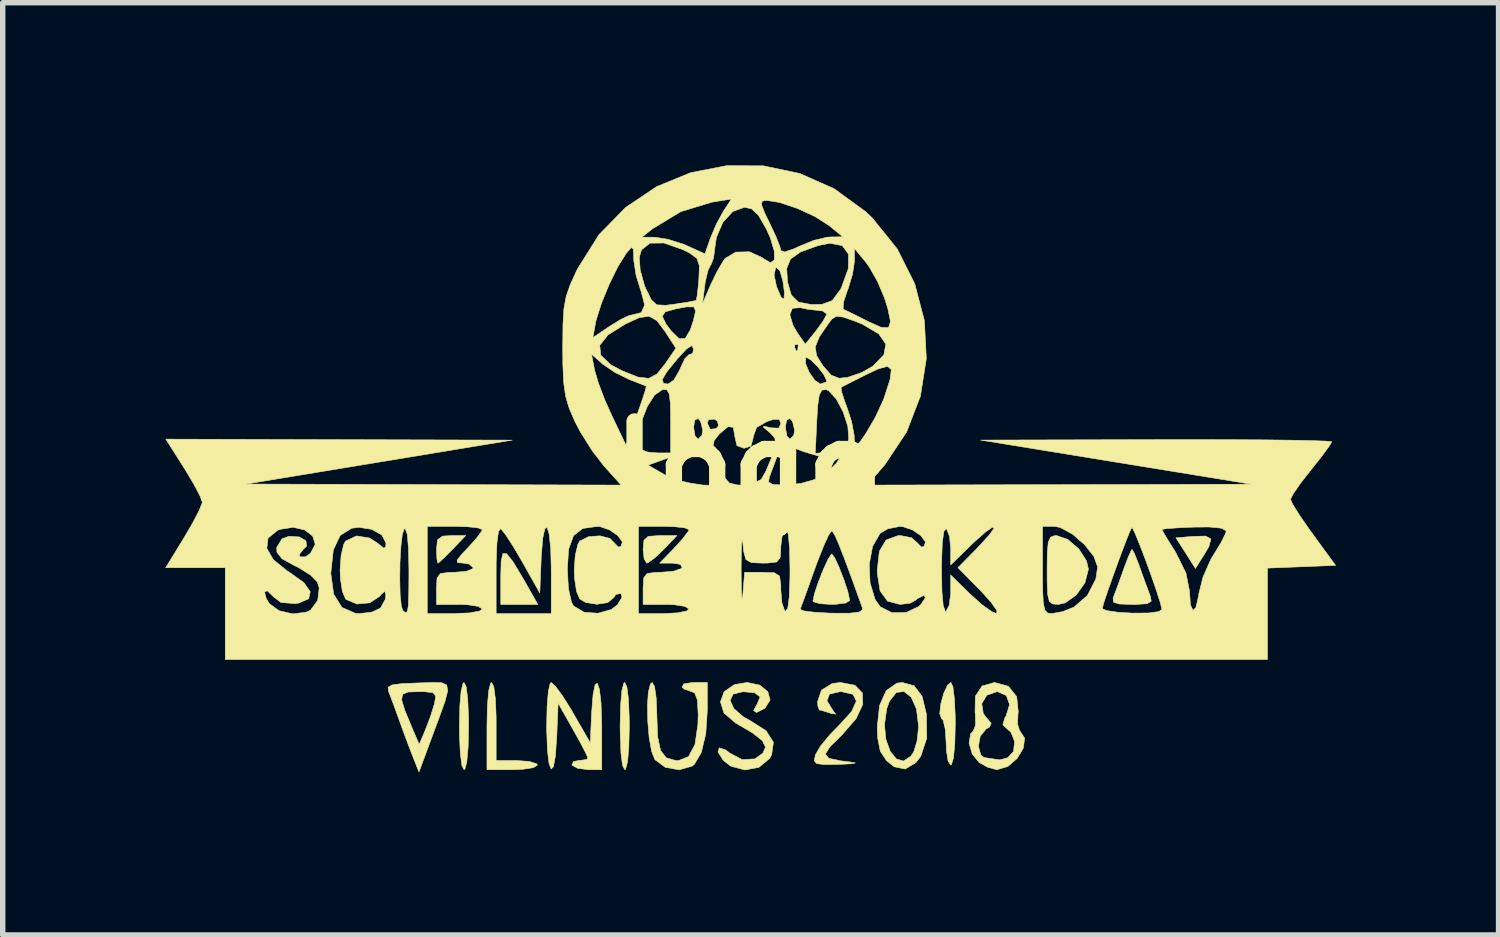
<source format=kicad_pcb>
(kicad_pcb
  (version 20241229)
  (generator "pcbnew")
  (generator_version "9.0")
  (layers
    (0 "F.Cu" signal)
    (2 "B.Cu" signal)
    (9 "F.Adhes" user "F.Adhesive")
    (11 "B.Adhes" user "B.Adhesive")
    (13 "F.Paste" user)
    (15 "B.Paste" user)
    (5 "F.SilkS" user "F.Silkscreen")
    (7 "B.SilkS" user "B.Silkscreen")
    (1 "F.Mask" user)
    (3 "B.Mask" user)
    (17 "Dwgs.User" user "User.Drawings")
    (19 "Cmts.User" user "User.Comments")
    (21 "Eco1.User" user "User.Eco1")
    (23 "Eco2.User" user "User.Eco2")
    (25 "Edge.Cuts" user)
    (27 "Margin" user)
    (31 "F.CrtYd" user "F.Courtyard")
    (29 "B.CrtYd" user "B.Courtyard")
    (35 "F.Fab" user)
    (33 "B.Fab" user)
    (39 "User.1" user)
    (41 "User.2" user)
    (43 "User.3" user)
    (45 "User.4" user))
  (footprint "logo"
    (layer "F.Cu")
    (at 10.756 5.556)
    (property "Reference" "logo" (at 0 0 0) (layer "F.SilkS") (effects (font (size 1.524 1.524) (thickness 0.3))))
    (attr through_hole)
    (fp_poly (pts (xy 8.524 1.332) (xy 8.488 1.47) (xy 8.405 1.612) (xy 8.238 1.876) (xy 8.059 1.594) (xy 7.879 1.312) (xy 8.182 1.286) (xy 8.427 1.279) (xy 8.524 1.332)) (stroke (width 0.01) (type solid)) (fill yes) (layer "F.SilkS"))
    (fp_poly (pts (xy -4.464 1.604) (xy -4.348 1.75) (xy -4.171 2.043) (xy -4.116 2.138) (xy -3.888 2.54) (xy -4.572 2.54) (xy -4.572 2.014) (xy -4.564 1.739) (xy -4.532 1.601) (xy -4.464 1.604)) (stroke (width 0.01) (type solid)) (fill yes) (layer "F.SilkS"))
    (fp_poly (pts (xy -5.461 1.524) (xy -5.618 1.681) (xy -5.717 1.771) (xy -5.731 1.778) (xy -5.749 1.704) (xy -5.757 1.527) (xy -5.757 1.524) (xy -5.738 1.348) (xy -5.645 1.28) (xy -5.487 1.27) (xy -5.218 1.27) (xy -5.461 1.524)) (stroke (width 0.01) (type solid)) (fill yes) (layer "F.SilkS"))
    (fp_poly (pts (xy -1.566 1.524) (xy -1.733 1.683) (xy -1.856 1.771) (xy -1.879 1.778) (xy -1.927 1.704) (xy -1.947 1.527) (xy -1.947 1.524) (xy -1.932 1.356) (xy -1.853 1.285) (xy -1.66 1.27) (xy -1.635 1.27) (xy -1.323 1.27) (xy -1.566 1.524)) (stroke (width 0.01) (type solid)) (fill yes) (layer "F.SilkS"))
    (fp_poly (pts (xy -5.209 4.06) (xy -5.181 4.283) (xy -5.166 4.623) (xy -5.165 4.784) (xy -5.173 5.163) (xy -5.197 5.436) (xy -5.232 5.575) (xy -5.249 5.588) (xy -5.289 5.508) (xy -5.318 5.284) (xy -5.333 4.944) (xy -5.334 4.784) (xy -5.326 4.404) (xy -5.302 4.132) (xy -5.266 3.992) (xy -5.249 3.979) (xy -5.209 4.06)) (stroke (width 0.01) (type solid)) (fill yes) (layer "F.SilkS"))
    (fp_poly (pts (xy -2.246 4.06) (xy -2.217 4.283) (xy -2.203 4.623) (xy -2.201 4.784) (xy -2.21 5.163) (xy -2.233 5.436) (xy -2.269 5.575) (xy -2.286 5.588) (xy -2.326 5.508) (xy -2.355 5.284) (xy -2.369 4.944) (xy -2.371 4.784) (xy -2.362 4.404) (xy -2.339 4.132) (xy -2.303 3.992) (xy -2.286 3.979) (xy -2.246 4.06)) (stroke (width 0.01) (type solid)) (fill yes) (layer "F.SilkS"))
    (fp_poly (pts (xy -4.7 4.059) (xy -4.671 4.278) (xy -4.657 4.606) (xy -4.657 4.699) (xy -4.657 5.419) (xy -4.276 5.419) (xy -4.048 5.435) (xy -3.912 5.478) (xy -3.895 5.503) (xy -3.971 5.55) (xy -4.169 5.58) (xy -4.36 5.588) (xy -4.826 5.588) (xy -4.826 4.784) (xy -4.818 4.404) (xy -4.794 4.132) (xy -4.758 3.992) (xy -4.741 3.979) (xy -4.7 4.059)) (stroke (width 0.01) (type solid)) (fill yes) (layer "F.SilkS"))
    (fp_poly (pts (xy 1.587 1.68) (xy 1.668 1.857) (xy 1.756 2.084) (xy 1.828 2.302) (xy 1.862 2.457) (xy 1.863 2.47) (xy 1.788 2.514) (xy 1.6 2.538) (xy 1.524 2.54) (xy 1.312 2.526) (xy 1.194 2.491) (xy 1.185 2.477) (xy 1.213 2.341) (xy 1.284 2.131) (xy 1.374 1.902) (xy 1.462 1.711) (xy 1.525 1.612) (xy 1.533 1.609) (xy 1.587 1.68)) (stroke (width 0.01) (type solid)) (fill yes) (layer "F.SilkS"))
    (fp_poly (pts (xy 5.884 1.341) (xy 6.087 1.516) (xy 6.23 1.737) (xy 6.265 1.89) (xy 6.202 2.138) (xy 6.043 2.364) (xy 5.836 2.512) (xy 5.709 2.54) (xy 5.604 2.531) (xy 5.543 2.482) (xy 5.513 2.355) (xy 5.504 2.116) (xy 5.503 1.905) (xy 5.507 1.581) (xy 5.525 1.39) (xy 5.567 1.299) (xy 5.642 1.271) (xy 5.677 1.27) (xy 5.884 1.341)) (stroke (width 0.01) (type solid)) (fill yes) (layer "F.SilkS"))
    (fp_poly (pts (xy 3.766 4.058) (xy 3.793 4.27) (xy 3.808 4.58) (xy 3.81 4.741) (xy 3.801 5.106) (xy 3.777 5.367) (xy 3.739 5.495) (xy 3.725 5.503) (xy 3.677 5.427) (xy 3.646 5.233) (xy 3.641 5.087) (xy 3.625 4.841) (xy 3.586 4.677) (xy 3.557 4.643) (xy 3.523 4.554) (xy 3.542 4.378) (xy 3.596 4.18) (xy 3.669 4.026) (xy 3.729 3.979) (xy 3.766 4.058)) (stroke (width 0.01) (type solid)) (fill yes) (layer "F.SilkS"))
    (fp_poly (pts (xy 7.111 1.596) (xy 7.184 1.778) (xy 7.222 1.884) (xy 7.314 2.14) (xy 7.391 2.346) (xy 7.408 2.392) (xy 7.423 2.482) (xy 7.349 2.526) (xy 7.151 2.54) (xy 7.07 2.54) (xy 6.831 2.532) (xy 6.726 2.498) (xy 6.72 2.422) (xy 6.731 2.392) (xy 6.796 2.221) (xy 6.886 1.973) (xy 6.917 1.884) (xy 6.998 1.669) (xy 7.056 1.54) (xy 7.07 1.524) (xy 7.111 1.596)) (stroke (width 0.01) (type solid)) (fill yes) (layer "F.SilkS"))
    (fp_poly (pts (xy 3.051 4.04) (xy 3.197 4.234) (xy 3.278 4.564) (xy 3.284 5.006) (xy 3.173 5.341) (xy 3.084 5.455) (xy 2.886 5.576) (xy 2.682 5.533) (xy 2.54 5.419) (xy 2.427 5.247) (xy 2.377 4.995) (xy 2.371 4.803) (xy 2.376 4.757) (xy 2.504 4.757) (xy 2.53 5.028) (xy 2.609 5.248) (xy 2.724 5.39) (xy 2.857 5.428) (xy 2.993 5.335) (xy 3.045 5.255) (xy 3.105 5.059) (xy 3.132 4.804) (xy 3.133 4.784) (xy 3.094 4.468) (xy 2.996 4.25) (xy 2.863 4.145) (xy 2.721 4.165) (xy 2.595 4.326) (xy 2.546 4.461) (xy 2.504 4.757) (xy 2.376 4.757) (xy 2.413 4.404) (xy 2.537 4.129) (xy 2.732 3.992) (xy 2.831 3.979) (xy 3.051 4.04)) (stroke (width 0.01) (type solid)) (fill yes) (layer "F.SilkS"))
    (fp_poly (pts (xy -5.66 3.983) (xy -5.568 4.026) (xy -5.55 4.135) (xy -5.602 4.333) (xy -5.715 4.647) (xy -5.845 4.995) (xy -6.08 5.63) (xy -6.181 5.376) (xy -6.271 5.144) (xy -6.383 4.843) (xy -6.435 4.699) (xy -6.532 4.431) (xy -6.581 4.3) (xy -6.4 4.3) (xy -6.339 4.498) (xy -6.205 4.821) (xy -6.203 4.826) (xy -6.076 5.122) (xy -5.964 4.859) (xy -5.865 4.599) (xy -5.795 4.372) (xy -5.771 4.231) (xy -5.821 4.167) (xy -5.983 4.149) (xy -6.093 4.149) (xy -6.281 4.155) (xy -6.382 4.196) (xy -6.4 4.3) (xy -6.581 4.3) (xy -6.613 4.214) (xy -6.642 4.14) (xy -6.649 4.068) (xy -6.577 4.024) (xy -6.395 4) (xy -6.094 3.988) (xy -5.833 3.979) (xy -5.66 3.983)) (stroke (width 0.01) (type solid)) (fill yes) (layer "F.SilkS"))
    (fp_poly (pts (xy -3.564 4.048) (xy -3.431 4.229) (xy -3.27 4.485) (xy -3.241 4.536) (xy -2.921 5.093) (xy -2.896 4.536) (xy -2.869 4.198) (xy -2.832 4.02) (xy -2.791 3.992) (xy -2.752 4.106) (xy -2.723 4.354) (xy -2.71 4.725) (xy -2.709 4.784) (xy -2.709 5.588) (xy -2.958 5.588) (xy -3.154 5.562) (xy -3.26 5.503) (xy -3.234 5.437) (xy -3.138 5.419) (xy -2.997 5.401) (xy -2.963 5.375) (xy -3.002 5.285) (xy -3.103 5.09) (xy -3.239 4.846) (xy -3.514 4.36) (xy -3.539 4.974) (xy -3.564 5.334) (xy -3.601 5.532) (xy -3.643 5.575) (xy -3.682 5.471) (xy -3.711 5.227) (xy -3.725 4.848) (xy -3.725 4.784) (xy -3.717 4.417) (xy -3.695 4.145) (xy -3.661 3.997) (xy -3.643 3.979) (xy -3.564 4.048)) (stroke (width 0.01) (type solid)) (fill yes) (layer "F.SilkS"))
    (fp_poly (pts (xy -0.762 4.482) (xy -0.791 4.924) (xy -0.873 5.269) (xy -1 5.487) (xy -1.042 5.521) (xy -1.282 5.59) (xy -1.539 5.544) (xy -1.731 5.4) (xy -1.792 5.241) (xy -1.836 4.99) (xy -1.861 4.695) (xy -1.867 4.402) (xy -1.85 4.156) (xy -1.811 4.005) (xy -1.778 3.979) (xy -1.735 4.058) (xy -1.705 4.27) (xy -1.693 4.58) (xy -1.693 4.597) (xy -1.678 4.986) (xy -1.625 5.234) (xy -1.519 5.369) (xy -1.348 5.417) (xy -1.293 5.419) (xy -1.109 5.346) (xy -0.991 5.124) (xy -0.936 4.75) (xy -0.931 4.566) (xy -0.946 4.299) (xy -0.997 4.17) (xy -1.053 4.149) (xy -1.197 4.097) (xy -1.228 4.064) (xy -1.195 4.004) (xy -1.03 3.979) (xy -1.021 3.979) (xy -0.762 3.979) (xy -0.762 4.482)) (stroke (width 0.01) (type solid)) (fill yes) (layer "F.SilkS"))
    (fp_poly (pts (xy 0.205 4.028) (xy 0.354 4.15) (xy 0.395 4.304) (xy 0.3 4.453) (xy 0.292 4.459) (xy 0.144 4.533) (xy 0.091 4.497) (xy 0.157 4.376) (xy 0.211 4.244) (xy 0.107 4.168) (xy -0.105 4.149) (xy -0.287 4.194) (xy -0.342 4.308) (xy -0.275 4.459) (xy -0.096 4.615) (xy 0.018 4.677) (xy 0.321 4.869) (xy 0.456 5.081) (xy 0.423 5.314) (xy 0.385 5.382) (xy 0.189 5.544) (xy -0.071 5.592) (xy -0.33 5.523) (xy -0.466 5.418) (xy -0.566 5.261) (xy -0.543 5.185) (xy -0.425 5.222) (xy -0.354 5.278) (xy -0.121 5.402) (xy 0.114 5.388) (xy 0.262 5.282) (xy 0.31 5.171) (xy 0.252 5.053) (xy 0.071 4.909) (xy -0.245 4.724) (xy -0.456 4.542) (xy -0.521 4.336) (xy -0.452 4.148) (xy -0.261 4.017) (xy -0.028 3.979) (xy 0.205 4.028)) (stroke (width 0.01) (type solid)) (fill yes) (layer "F.SilkS"))
    (fp_poly (pts (xy 1.96 4.031) (xy 2.097 4.172) (xy 2.104 4.384) (xy 1.981 4.646) (xy 1.727 4.939) (xy 1.716 4.95) (xy 1.496 5.167) (xy 1.414 5.3) (xy 1.478 5.378) (xy 1.695 5.424) (xy 1.863 5.444) (xy 1.967 5.463) (xy 1.905 5.478) (xy 1.679 5.489) (xy 1.666 5.49) (xy 1.392 5.493) (xy 1.252 5.475) (xy 1.21 5.421) (xy 1.23 5.317) (xy 1.231 5.313) (xy 1.323 5.153) (xy 1.501 4.938) (xy 1.662 4.774) (xy 1.897 4.517) (xy 1.985 4.322) (xy 1.924 4.198) (xy 1.716 4.149) (xy 1.684 4.149) (xy 1.49 4.193) (xy 1.444 4.315) (xy 1.545 4.483) (xy 1.602 4.562) (xy 1.521 4.551) (xy 1.496 4.542) (xy 1.351 4.496) (xy 1.305 4.487) (xy 1.276 4.417) (xy 1.27 4.335) (xy 1.342 4.12) (xy 1.541 3.998) (xy 1.693 3.979) (xy 1.96 4.031)) (stroke (width 0.01) (type solid)) (fill yes) (layer "F.SilkS"))
    (fp_poly (pts (xy 4.789 4.049) (xy 4.942 4.24) (xy 4.971 4.52) (xy 4.967 4.543) (xy 4.958 4.746) (xy 4.995 4.867) (xy 5.001 4.872) (xy 5.089 5.007) (xy 5.064 5.191) (xy 4.952 5.379) (xy 4.781 5.527) (xy 4.577 5.588) (xy 4.572 5.588) (xy 4.406 5.542) (xy 4.252 5.456) (xy 4.122 5.298) (xy 4.081 5.155) (xy 4.236 5.155) (xy 4.28 5.314) (xy 4.339 5.363) (xy 4.629 5.406) (xy 4.777 5.367) (xy 4.884 5.25) (xy 4.904 5.067) (xy 4.837 4.897) (xy 4.775 4.843) (xy 4.686 4.76) (xy 4.722 4.636) (xy 4.746 4.596) (xy 4.811 4.387) (xy 4.753 4.221) (xy 4.591 4.149) (xy 4.578 4.149) (xy 4.391 4.214) (xy 4.298 4.37) (xy 4.327 4.553) (xy 4.376 4.618) (xy 4.471 4.731) (xy 4.441 4.8) (xy 4.376 4.839) (xy 4.27 4.971) (xy 4.236 5.155) (xy 4.081 5.155) (xy 4.064 5.097) (xy 4.093 4.925) (xy 4.143 4.872) (xy 4.184 4.764) (xy 4.179 4.563) (xy 4.174 4.529) (xy 4.18 4.232) (xy 4.304 4.044) (xy 4.534 3.979) (xy 4.789 4.049)) (stroke (width 0.01) (type solid)) (fill yes) (layer "F.SilkS"))
    (fp_poly (pts (xy 0.271 -5.548) (xy 0.939 -5.408) (xy 1.575 -5.127) (xy 2.158 -4.702) (xy 2.278 -4.588) (xy 2.741 -4.014) (xy 3.062 -3.374) (xy 3.24 -2.692) (xy 3.276 -1.993) (xy 3.167 -1.301) (xy 2.913 -0.641) (xy 2.512 -0.037) (xy 2.459 0.025) (xy 2.184 0.339) (xy 9.271 0.323) (xy 6.773 -0.084) (xy 4.276 -0.491) (xy 7.514 -0.499) (xy 8.236 -0.5) (xy 8.902 -0.498) (xy 9.493 -0.495) (xy 9.992 -0.489) (xy 10.38 -0.481) (xy 10.639 -0.472) (xy 10.75 -0.462) (xy 10.753 -0.46) (xy 10.703 -0.375) (xy 10.572 -0.198) (xy 10.388 0.036) (xy 10.372 0.056) (xy 10.183 0.297) (xy 10.047 0.492) (xy 9.991 0.599) (xy 9.991 0.603) (xy 10.038 0.703) (xy 10.163 0.902) (xy 10.342 1.161) (xy 10.407 1.251) (xy 10.823 1.82) (xy 9.567 1.87) (xy 9.567 3.556) (xy -9.652 3.556) (xy -9.652 2.31) (xy -8.927 2.31) (xy -8.896 2.432) (xy -8.841 2.524) (xy -8.66 2.656) (xy -8.405 2.714) (xy -8.157 2.683) (xy -8.079 2.645) (xy -7.947 2.465) (xy -7.92 2.234) (xy -7.954 2.126) (xy -8.077 2.001) (xy -8.116 1.976) (xy -7.705 1.976) (xy -7.653 2.351) (xy -7.501 2.595) (xy -7.252 2.704) (xy -7.166 2.709) (xy -6.944 2.68) (xy -6.791 2.608) (xy -6.79 2.608) (xy -6.701 2.445) (xy -6.691 2.375) (xy -6.709 2.296) (xy -6.777 2.354) (xy -6.807 2.392) (xy -6.988 2.511) (xy -7.223 2.532) (xy -7.424 2.448) (xy -7.434 2.438) (xy -7.493 2.299) (xy -7.527 2.074) (xy -6.434 2.074) (xy -6.427 2.361) (xy -6.405 2.572) (xy -6.378 2.653) (xy -6.328 2.692) (xy -6.295 2.671) (xy -6.276 2.564) (xy -6.268 2.344) (xy -6.265 1.986) (xy -6.265 1.9) (xy -6.274 1.498) (xy -6.297 1.242) (xy -6.336 1.141) (xy -6.35 1.143) (xy -6.387 1.245) (xy -6.413 1.467) (xy -6.43 1.759) (xy -6.434 2.074) (xy -7.527 2.074) (xy -7.529 2.058) (xy -7.535 1.905) (xy -7.516 1.636) (xy -7.468 1.432) (xy -7.434 1.372) (xy -7.232 1.277) (xy -6.993 1.314) (xy -6.843 1.41) (xy -6.729 1.503) (xy -6.692 1.477) (xy -6.689 1.408) (xy -6.763 1.262) (xy -6.948 1.156) (xy -7.186 1.118) (xy -7.32 1.135) (xy -7.533 1.267) (xy -7.66 1.538) (xy -7.705 1.953) (xy -7.705 1.976) (xy -8.116 1.976) (xy -8.291 1.865) (xy -8.381 1.821) (xy -8.607 1.697) (xy -8.7 1.576) (xy -8.703 1.488) (xy -8.605 1.33) (xy -8.478 1.284) (xy -8.287 1.295) (xy -8.165 1.366) (xy -8.151 1.464) (xy -8.211 1.523) (xy -8.286 1.617) (xy -8.272 1.663) (xy -8.171 1.662) (xy -8.081 1.597) (xy -7.993 1.431) (xy -8.04 1.279) (xy -8.186 1.167) (xy -8.399 1.118) (xy -8.642 1.155) (xy -8.69 1.175) (xy -8.863 1.318) (xy -8.886 1.505) (xy -8.766 1.714) (xy -8.509 1.923) (xy -8.467 1.948) (xy -8.203 2.137) (xy -8.085 2.305) (xy -8.114 2.436) (xy -8.294 2.514) (xy -8.368 2.525) (xy -8.625 2.504) (xy -8.764 2.398) (xy -8.876 2.288) (xy -8.927 2.31) (xy -9.652 2.31) (xy -9.652 1.863) (xy -10.751 1.863) (xy -10.413 1.311) (xy -10.29 1.101) (xy -5.927 1.101) (xy -5.927 2.709) (xy -5.419 2.709) (xy -5.148 2.696) (xy -4.965 2.663) (xy -4.911 2.625) (xy -4.987 2.576) (xy -5.182 2.546) (xy -5.334 2.54) (xy -5.757 2.54) (xy -5.757 2.244) (xy -5.747 2.054) (xy -5.684 1.97) (xy -5.519 1.948) (xy -5.419 1.947) (xy -5.207 1.929) (xy -5.135 1.9) (xy -4.657 1.9) (xy -4.657 2.709) (xy -3.641 2.709) (xy -3.641 1.905) (xy -3.641 1.885) (xy -3.344 1.885) (xy -3.324 2.247) (xy -3.268 2.497) (xy -3.228 2.569) (xy -3.038 2.682) (xy -2.783 2.703) (xy -2.536 2.635) (xy -2.421 2.548) (xy -2.337 2.41) (xy -2.356 2.337) (xy -2.451 2.357) (xy -2.486 2.413) (xy -2.6 2.506) (xy -2.797 2.537) (xy -3.003 2.505) (xy -3.116 2.438) (xy -3.175 2.299) (xy -3.211 2.058) (xy -3.217 1.905) (xy -3.198 1.636) (xy -3.15 1.432) (xy -3.116 1.372) (xy -2.952 1.29) (xy -2.741 1.275) (xy -2.558 1.323) (xy -2.486 1.397) (xy -2.404 1.481) (xy -2.356 1.473) (xy -2.329 1.386) (xy -2.415 1.27) (xy -2.568 1.164) (xy -2.745 1.104) (xy -2.791 1.101) (xy -2.032 1.101) (xy -2.032 2.709) (xy -1.566 2.709) (xy -1.311 2.695) (xy -1.142 2.66) (xy -1.101 2.625) (xy -1.177 2.576) (xy -1.372 2.546) (xy -1.524 2.54) (xy -1.947 2.54) (xy -1.947 2.244) (xy -1.937 2.053) (xy -1.872 1.969) (xy -1.705 1.948) (xy -1.614 1.947) (xy -1.388 1.928) (xy -1.321 1.905) (xy -0.139 1.905) (xy -0.136 2.211) (xy -0.129 2.393) (xy -0.118 2.436) (xy -0.107 2.349) (xy -0.075 1.947) (xy 0.259 1.947) (xy 0.473 1.956) (xy 0.568 2.015) (xy 0.592 2.172) (xy 0.593 2.281) (xy 0.612 2.506) (xy 0.661 2.651) (xy 0.677 2.667) (xy 0.707 2.63) (xy 0.949 2.63) (xy 1.015 2.659) (xy 1.209 2.684) (xy 1.492 2.7) (xy 1.531 2.701) (xy 1.857 2.702) (xy 2.039 2.681) (xy 2.101 2.635) (xy 2.098 2.607) (xy 1.908 2.079) (xy 1.804 1.799) (xy 2.223 1.799) (xy 2.239 2.146) (xy 2.331 2.448) (xy 2.426 2.583) (xy 2.641 2.692) (xy 2.903 2.689) (xy 3.136 2.578) (xy 3.175 2.54) (xy 3.257 2.419) (xy 3.235 2.371) (xy 3.108 2.433) (xy 3.09 2.455) (xy 2.976 2.517) (xy 2.792 2.54) (xy 2.561 2.479) (xy 2.423 2.29) (xy 2.371 1.962) (xy 2.371 1.905) (xy 3.556 1.905) (xy 3.564 2.308) (xy 3.588 2.566) (xy 3.626 2.668) (xy 3.641 2.667) (xy 3.697 2.555) (xy 3.725 2.347) (xy 3.725 2.306) (xy 3.725 1.997) (xy 4.088 2.353) (xy 4.302 2.544) (xy 4.483 2.673) (xy 4.572 2.709) (xy 4.578 2.656) (xy 4.481 2.514) (xy 4.303 2.314) (xy 4.276 2.286) (xy 3.859 1.863) (xy 4.233 1.482) (xy 4.441 1.254) (xy 4.526 1.132) (xy 4.496 1.115) (xy 4.364 1.207) (xy 4.138 1.408) (xy 4.088 1.457) (xy 3.725 1.813) (xy 3.725 1.504) (xy 3.704 1.287) (xy 3.652 1.153) (xy 3.641 1.143) (xy 3.598 1.195) (xy 3.57 1.406) (xy 3.557 1.766) (xy 3.556 1.905) (xy 2.371 1.905) (xy 2.41 1.559) (xy 2.534 1.352) (xy 2.751 1.272) (xy 2.8 1.27) (xy 3.004 1.31) (xy 3.102 1.397) (xy 3.184 1.481) (xy 3.232 1.473) (xy 3.26 1.386) (xy 3.174 1.271) (xy 3.019 1.165) (xy 2.839 1.105) (xy 2.787 1.101) (xy 5.419 1.101) (xy 5.419 1.905) (xy 5.421 2.279) (xy 5.433 2.514) (xy 5.461 2.644) (xy 5.512 2.698) (xy 5.592 2.709) (xy 5.794 2.671) (xy 5.928 2.617) (xy 6.519 2.617) (xy 6.597 2.653) (xy 6.799 2.683) (xy 7.07 2.7) (xy 7.369 2.698) (xy 7.563 2.672) (xy 7.62 2.634) (xy 7.594 2.519) (xy 7.525 2.302) (xy 7.429 2.024) (xy 7.321 1.726) (xy 7.215 1.45) (xy 7.128 1.236) (xy 7.089 1.157) (xy 7.62 1.157) (xy 7.661 1.235) (xy 7.768 1.411) (xy 7.874 1.58) (xy 8.064 1.963) (xy 8.128 2.288) (xy 8.146 2.545) (xy 8.191 2.65) (xy 8.246 2.6) (xy 8.295 2.388) (xy 8.3 2.347) (xy 8.378 2.035) (xy 8.52 1.713) (xy 8.575 1.621) (xy 8.71 1.401) (xy 8.793 1.233) (xy 8.805 1.184) (xy 8.724 1.135) (xy 8.493 1.112) (xy 8.213 1.114) (xy 7.921 1.127) (xy 7.709 1.142) (xy 7.62 1.156) (xy 7.62 1.157) (xy 7.089 1.157) (xy 7.074 1.126) (xy 7.065 1.12) (xy 7.022 1.21) (xy 6.94 1.416) (xy 6.836 1.693) (xy 6.726 1.996) (xy 6.625 2.28) (xy 6.551 2.501) (xy 6.52 2.614) (xy 6.519 2.617) (xy 5.928 2.617) (xy 5.999 2.589) (xy 6.245 2.376) (xy 6.401 2.072) (xy 6.435 1.85) (xy 6.366 1.656) (xy 6.195 1.438) (xy 5.971 1.244) (xy 5.745 1.121) (xy 5.639 1.101) (xy 5.419 1.101) (xy 2.787 1.101) (xy 2.564 1.146) (xy 2.422 1.23) (xy 2.284 1.472) (xy 2.223 1.799) (xy 1.804 1.799) (xy 1.765 1.693) (xy 1.662 1.43) (xy 1.592 1.27) (xy 1.546 1.196) (xy 1.527 1.185) (xy 1.475 1.259) (xy 1.384 1.458) (xy 1.271 1.743) (xy 1.221 1.88) (xy 1.107 2.199) (xy 1.015 2.455) (xy 0.958 2.607) (xy 0.949 2.63) (xy 0.707 2.63) (xy 0.72 2.615) (xy 0.748 2.404) (xy 0.761 2.044) (xy 0.762 1.905) (xy 0.754 1.502) (xy 0.73 1.244) (xy 0.692 1.142) (xy 0.677 1.143) (xy 0.62 1.256) (xy 0.593 1.461) (xy 0.593 1.487) (xy 0.582 1.674) (xy 0.517 1.757) (xy 0.348 1.777) (xy 0.259 1.778) (xy 0.049 1.769) (xy -0.052 1.712) (xy -0.093 1.56) (xy -0.107 1.418) (xy -0.12 1.345) (xy -0.131 1.424) (xy -0.137 1.636) (xy -0.139 1.905) (xy -1.321 1.905) (xy -1.244 1.879) (xy -1.228 1.863) (xy -1.259 1.801) (xy -1.409 1.778) (xy -1.642 1.778) (xy -1.371 1.499) (xy -1.21 1.32) (xy -1.113 1.19) (xy -1.101 1.16) (xy -1.177 1.128) (xy -1.375 1.106) (xy -1.566 1.101) (xy -2.032 1.101) (xy -2.791 1.101) (xy -3.06 1.139) (xy -3.23 1.272) (xy -3.32 1.52) (xy -3.344 1.885) (xy -3.641 1.885) (xy -3.651 1.508) (xy -3.679 1.244) (xy -3.717 1.12) (xy -3.759 1.142) (xy -3.797 1.317) (xy -3.825 1.653) (xy -3.827 1.714) (xy -3.852 2.328) (xy -4.172 1.761) (xy -4.335 1.482) (xy -4.475 1.265) (xy -4.565 1.149) (xy -4.574 1.142) (xy -4.614 1.195) (xy -4.642 1.402) (xy -4.656 1.747) (xy -4.657 1.9) (xy -5.135 1.9) (xy -5.089 1.882) (xy -5.08 1.863) (xy -5.152 1.796) (xy -5.266 1.778) (xy -5.37 1.769) (xy -5.376 1.719) (xy -5.277 1.599) (xy -5.181 1.499) (xy -5.02 1.32) (xy -4.923 1.19) (xy -4.911 1.16) (xy -4.988 1.129) (xy -5.188 1.107) (xy -5.419 1.101) (xy -5.927 1.101) (xy -10.29 1.101) (xy -10.251 1.033) (xy -10.131 0.803) (xy -10.077 0.665) (xy -10.076 0.655) (xy -10.119 0.536) (xy -10.233 0.321) (xy -10.393 0.052) (xy -10.413 0.021) (xy -10.748 -0.508) (xy -7.554 -0.499) (xy -4.36 -0.49) (xy -5.546 -0.294) (xy -6.101 -0.202) (xy -6.745 -0.096) (xy -7.399 0.012) (xy -7.984 0.108) (xy -8.001 0.111) (xy -9.271 0.32) (xy -2.351 0.339) (xy -2.667 -0.011) (xy -2.681 -0.029) (xy -1.855 -0.029) (xy -1.541 0.153) (xy -1.343 0.237) (xy -1.097 0.3) (xy -0.848 0.338) (xy -0.644 0.344) (xy -0.529 0.313) (xy -0.523 0.275) (xy -0.569 0.161) (xy -0.649 -0.043) (xy -0.674 -0.108) (xy -0.778 -0.318) (xy -0.861 -0.371) (xy -0.658 -0.371) (xy -0.613 -0.2) (xy -0.555 -0.044) (xy -0.454 0.189) (xy -0.355 0.302) (xy -0.209 0.337) (xy -0.13 0.339) (xy 0.087 0.309) (xy 0.135 0.284) (xy 0.366 0.284) (xy 0.448 0.328) (xy 0.661 0.339) (xy 0.672 0.339) (xy 0.962 0.309) (xy 1.223 0.234) (xy 1.259 0.217) (xy 1.47 0.078) (xy 1.612 -0.058) (xy 1.677 -0.154) (xy 1.662 -0.155) (xy 1.545 -0.146) (xy 1.32 -0.188) (xy 1.12 -0.246) (xy 1.228 -0.246) (xy 1.524 -0.271) (xy 1.73 -0.31) (xy 1.822 -0.405) (xy 1.846 -0.52) (xy 1.827 -0.75) (xy 1.741 -1.012) (xy 1.616 -1.247) (xy 1.479 -1.398) (xy 1.425 -1.422) (xy 1.35 -1.411) (xy 1.302 -1.323) (xy 1.273 -1.124) (xy 1.256 -0.847) (xy 1.228 -0.246) (xy 1.12 -0.246) (xy 1.037 -0.27) (xy 0.751 -0.376) (xy 0.63 -0.371) (xy 0.536 -0.221) (xy 0.527 -0.196) (xy 0.442 0.031) (xy 0.381 0.191) (xy 0.366 0.284) (xy 0.135 0.284) (xy 0.23 0.236) (xy 0.233 0.233) (xy 0.315 0.087) (xy 0.411 -0.139) (xy 0.429 -0.19) (xy 0.494 -0.403) (xy 0.483 -0.527) (xy 0.391 -0.628) (xy 0.377 -0.639) (xy 0.266 -0.733) (xy 0.295 -0.746) (xy 0.402 -0.718) (xy 0.553 -0.71) (xy 0.56 -0.725) (xy 0.677 -0.725) (xy 0.706 -0.563) (xy 0.762 -0.508) (xy 0.831 -0.579) (xy 0.847 -0.672) (xy 0.808 -0.834) (xy 0.762 -0.889) (xy 0.699 -0.859) (xy 0.677 -0.725) (xy 0.56 -0.725) (xy 0.593 -0.794) (xy 0.565 -0.874) (xy 0.452 -0.87) (xy 0.339 -0.834) (xy 0.146 -0.724) (xy 0.085 -0.557) (xy 0.085 -0.542) (xy 0.042 -0.38) (xy -0.085 -0.339) (xy -0.217 -0.388) (xy -0.254 -0.55) (xy -0.284 -0.723) (xy -0.377 -0.742) (xy -0.538 -0.606) (xy -0.549 -0.594) (xy -0.637 -0.481) (xy -0.658 -0.371) (xy -0.861 -0.371) (xy -0.879 -0.382) (xy -0.928 -0.37) (xy -1.082 -0.309) (xy -1.325 -0.218) (xy -1.457 -0.171) (xy -1.855 -0.029) (xy -2.681 -0.029) (xy -2.886 -0.295) (xy -3.103 -0.639) (xy -3.206 -0.837) (xy -3.31 -1.078) (xy -3.376 -1.3) (xy -3.412 -1.554) (xy -3.427 -1.891) (xy -3.428 -2.074) (xy -2.898 -2.074) (xy -2.841 -1.778) (xy -2.773 -1.548) (xy -2.655 -1.237) (xy -2.522 -0.939) (xy -2.262 -0.396) (xy -2.194 -0.582) (xy -2.028 -0.582) (xy -2.013 -0.374) (xy -1.976 -0.31) (xy -1.857 -0.269) (xy -1.679 -0.254) (xy -1.439 -0.254) (xy -1.439 -0.725) (xy -1.016 -0.725) (xy -0.988 -0.563) (xy -0.931 -0.508) (xy -0.862 -0.579) (xy -0.847 -0.672) (xy -0.878 -0.802) (xy -0.762 -0.802) (xy -0.709 -0.69) (xy -0.601 -0.702) (xy -0.556 -0.753) (xy -0.578 -0.843) (xy -0.635 -0.877) (xy -0.744 -0.864) (xy -0.762 -0.802) (xy -0.878 -0.802) (xy -0.886 -0.834) (xy -0.931 -0.889) (xy -0.994 -0.859) (xy -1.016 -0.725) (xy -1.439 -0.725) (xy -1.439 -0.853) (xy -1.444 -1.166) (xy -1.465 -1.343) (xy -1.509 -1.418) (xy -1.586 -1.423) (xy -1.587 -1.423) (xy -1.734 -1.322) (xy -1.869 -1.111) (xy -1.973 -0.846) (xy -2.028 -0.582) (xy -2.194 -0.582) (xy -2.066 -0.936) (xy -1.971 -1.207) (xy -1.907 -1.404) (xy -1.893 -1.464) (xy 1.704 -1.464) (xy 1.713 -1.383) (xy 1.773 -1.199) (xy 1.81 -1.102) (xy 1.898 -0.83) (xy 1.945 -0.58) (xy 1.947 -0.529) (xy 1.952 -0.396) (xy 1.984 -0.376) (xy 2.068 -0.478) (xy 2.164 -0.618) (xy 2.335 -0.91) (xy 2.481 -1.226) (xy 2.502 -1.283) (xy 2.606 -1.606) (xy 2.63 -1.79) (xy 2.561 -1.85) (xy 2.387 -1.803) (xy 2.18 -1.705) (xy 1.937 -1.583) (xy 1.763 -1.494) (xy 1.704 -1.464) (xy -1.893 -1.464) (xy -1.888 -1.485) (xy -1.888 -1.485) (xy -1.97 -1.518) (xy -2.151 -1.589) (xy -2.193 -1.605) (xy -1.594 -1.605) (xy -1.571 -1.537) (xy -1.487 -1.524) (xy -1.381 -1.596) (xy -1.277 -1.774) (xy -1.26 -1.816) (xy -1.218 -1.905) (xy 1.047 -1.905) (xy 1.116 -1.741) (xy 1.221 -1.591) (xy 1.324 -1.524) (xy 1.326 -1.524) (xy 1.428 -1.562) (xy 1.437 -1.587) (xy 1.386 -1.697) (xy 1.275 -1.841) (xy 1.151 -1.966) (xy 1.063 -2.017) (xy 1.053 -2.013) (xy 1.047 -1.905) (xy -1.218 -1.905) (xy -1.175 -1.994) (xy -1.099 -2.068) (xy -1.085 -2.065) (xy -1.03 -2.096) (xy -1.019 -2.175) (xy -1.033 -2.201) (xy 0.847 -2.201) (xy 0.878 -2.132) (xy 0.903 -2.145) (xy 0.91 -2.209) (xy 1.228 -2.209) (xy 1.252 -2.049) (xy 1.366 -1.865) (xy 1.52 -1.689) (xy 1.666 -1.631) (xy 1.82 -1.646) (xy 2.084 -1.736) (xy 2.286 -1.851) (xy 2.492 -2.061) (xy 2.529 -2.261) (xy 2.398 -2.45) (xy 2.1 -2.626) (xy 1.98 -2.675) (xy 1.749 -2.758) (xy 1.62 -2.775) (xy 1.537 -2.724) (xy 1.484 -2.658) (xy 1.303 -2.396) (xy 1.228 -2.209) (xy 0.91 -2.209) (xy 0.913 -2.245) (xy 0.903 -2.258) (xy 0.853 -2.246) (xy 0.847 -2.201) (xy -1.033 -2.201) (xy -1.05 -2.233) (xy -1.146 -2.171) (xy -1.314 -1.99) (xy -1.511 -1.748) (xy -1.594 -1.605) (xy -2.193 -1.605) (xy -2.201 -1.608) (xy -2.463 -1.736) (xy -2.691 -1.891) (xy -2.698 -1.898) (xy -2.898 -2.074) (xy -3.428 -2.074) (xy -3.429 -2.201) (xy -3.429 -2.239) (xy -2.746 -2.239) (xy -2.729 -2.057) (xy -2.543 -1.88) (xy -2.337 -1.77) (xy -2.041 -1.652) (xy -1.842 -1.629) (xy -1.691 -1.709) (xy -1.539 -1.898) (xy -1.343 -2.186) (xy -1.539 -2.489) (xy -1.692 -2.693) (xy -1.833 -2.774) (xy -1.594 -2.774) (xy -1.522 -2.628) (xy -1.428 -2.503) (xy -1.283 -2.36) (xy -1.171 -2.364) (xy -1.076 -2.524) (xy -1.02 -2.694) (xy -0.995 -2.802) (xy 0.759 -2.802) (xy 0.818 -2.604) (xy 0.903 -2.461) (xy 1.044 -2.259) (xy 1.241 -2.505) (xy 1.37 -2.682) (xy 1.437 -2.803) (xy 1.439 -2.815) (xy 1.369 -2.87) (xy 1.291 -2.88) (xy 1.088 -2.903) (xy 1.042 -2.913) (xy 1.741 -2.913) (xy 1.753 -2.899) (xy 1.862 -2.848) (xy 2.066 -2.747) (xy 2.201 -2.678) (xy 2.443 -2.57) (xy 2.578 -2.565) (xy 2.615 -2.676) (xy 2.565 -2.918) (xy 2.504 -3.113) (xy 2.377 -3.413) (xy 2.219 -3.69) (xy 2.162 -3.768) (xy 1.953 -4.022) (xy 1.95 -3.786) (xy 1.915 -3.549) (xy 1.832 -3.276) (xy 1.816 -3.237) (xy 1.749 -3.036) (xy 1.741 -2.913) (xy 1.042 -2.913) (xy 0.953 -2.932) (xy 0.805 -2.921) (xy 0.759 -2.802) (xy -0.995 -2.802) (xy -0.979 -2.869) (xy -1.011 -2.946) (xy -1.148 -2.947) (xy -1.344 -2.91) (xy -1.537 -2.856) (xy -1.594 -2.774) (xy -1.833 -2.774) (xy -1.835 -2.776) (xy -2.022 -2.747) (xy -2.274 -2.631) (xy -2.594 -2.43) (xy -2.746 -2.239) (xy -3.429 -2.239) (xy -3.427 -2.38) (xy -2.873 -2.38) (xy -2.567 -2.587) (xy -2.359 -2.715) (xy -2.201 -2.789) (xy -2.168 -2.795) (xy -1.979 -2.842) (xy -1.919 -2.984) (xy -1.984 -3.234) (xy -1.988 -3.242) (xy -2.076 -3.525) (xy -2.119 -3.805) (xy -2.119 -3.828) (xy -2.121 -3.86) (xy -2.018 -3.86) (xy -2 -3.625) (xy -1.923 -3.346) (xy -1.895 -3.28) (xy -1.794 -3.075) (xy -1.695 -2.985) (xy -1.533 -2.976) (xy -1.366 -2.997) (xy -1.308 -3.006) (xy -0.852 -3.006) (xy -0.701 -3.354) (xy -0.615 -3.533) (xy 0.469 -3.533) (xy 0.515 -3.317) (xy 0.517 -3.314) (xy 0.599 -3.122) (xy 0.65 -3.09) (xy 0.66 -3.208) (xy 0.63 -3.427) (xy 0.575 -3.614) (xy 0.528 -3.656) (xy 0.701 -3.656) (xy 0.716 -3.407) (xy 0.786 -3.166) (xy 0.917 -3.036) (xy 1.15 -2.991) (xy 1.354 -2.994) (xy 1.541 -3.063) (xy 1.692 -3.267) (xy 1.71 -3.302) (xy 1.838 -3.656) (xy 1.841 -3.919) (xy 1.725 -4.077) (xy 1.496 -4.12) (xy 1.287 -4.079) (xy 0.959 -3.961) (xy 0.773 -3.831) (xy 0.701 -3.656) (xy 0.528 -3.656) (xy 0.511 -3.672) (xy 0.496 -3.663) (xy 0.469 -3.533) (xy -0.615 -3.533) (xy -0.581 -3.602) (xy -0.465 -3.8) (xy -0.434 -3.841) (xy -0.238 -3.957) (xy 0.013 -3.963) (xy 0.246 -3.858) (xy 0.267 -3.841) (xy 0.404 -3.761) (xy 0.473 -3.814) (xy 0.472 -3.975) (xy 0.399 -4.22) (xy 0.327 -4.381) (xy 0.182 -4.633) (xy 0.052 -4.755) (xy -0.076 -4.784) (xy -0.292 -4.707) (xy -0.477 -4.505) (xy -0.596 -4.226) (xy -0.621 -4.055) (xy -0.648 -3.846) (xy -0.696 -3.723) (xy -0.702 -3.718) (xy -0.754 -3.61) (xy -0.801 -3.401) (xy -0.81 -3.337) (xy -0.852 -3.006) (xy -1.308 -3.006) (xy -1.135 -3.032) (xy -0.989 -3.061) (xy -0.967 -3.07) (xy -0.949 -3.158) (xy -0.927 -3.359) (xy -0.918 -3.469) (xy -0.909 -3.707) (xy -0.956 -3.843) (xy -1.094 -3.943) (xy -1.215 -4.003) (xy -1.562 -4.125) (xy -1.82 -4.122) (xy -1.977 -3.998) (xy -2.018 -3.86) (xy -2.121 -3.86) (xy -2.127 -4.01) (xy -2.161 -4.043) (xy -2.248 -3.947) (xy -2.256 -3.937) (xy -2.407 -3.698) (xy -2.571 -3.365) (xy -2.716 -3.011) (xy -2.812 -2.706) (xy -2.824 -2.65) (xy -2.873 -2.38) (xy -3.427 -2.38) (xy -3.425 -2.613) (xy -3.408 -2.909) (xy -3.366 -3.14) (xy -3.29 -3.359) (xy -3.17 -3.62) (xy -3.153 -3.654) (xy -2.789 -4.233) (xy -1.97 -4.233) (xy -1.726 -4.231) (xy -1.491 -4.194) (xy -1.212 -4.106) (xy -1.144 -4.077) (xy -0.806 -3.925) (xy -0.709 -4.206) (xy -0.595 -4.476) (xy -0.466 -4.711) (xy -0.388 -4.829) (xy 0.237 -4.829) (xy 0.298 -4.674) (xy 0.384 -4.496) (xy 0.501 -4.248) (xy 0.576 -4.056) (xy 0.593 -3.986) (xy 0.659 -3.959) (xy 0.838 -4.019) (xy 0.928 -4.062) (xy 1.194 -4.171) (xy 1.444 -4.232) (xy 1.499 -4.236) (xy 1.736 -4.239) (xy 1.482 -4.447) (xy 1.224 -4.612) (xy 0.895 -4.764) (xy 0.568 -4.873) (xy 0.327 -4.911) (xy 0.248 -4.896) (xy 0.237 -4.829) (xy -0.388 -4.829) (xy -0.318 -4.936) (xy -0.676 -4.878) (xy -1.25 -4.704) (xy -1.768 -4.391) (xy -1.97 -4.233) (xy -2.789 -4.233) (xy -2.763 -4.276) (xy -2.27 -4.78) (xy -1.699 -5.164) (xy -1.07 -5.422) (xy -0.406 -5.551) (xy 0.271 -5.548)) (stroke (width 0.01) (type solid)) (fill yes) (layer "F.SilkS")))
  (gr_rect
    (start -3 -3)
    (end 24.584 14.191)
    (stroke (width 0.1) (type default))
    (fill no)
    (layer "Edge.Cuts")))
</source>
